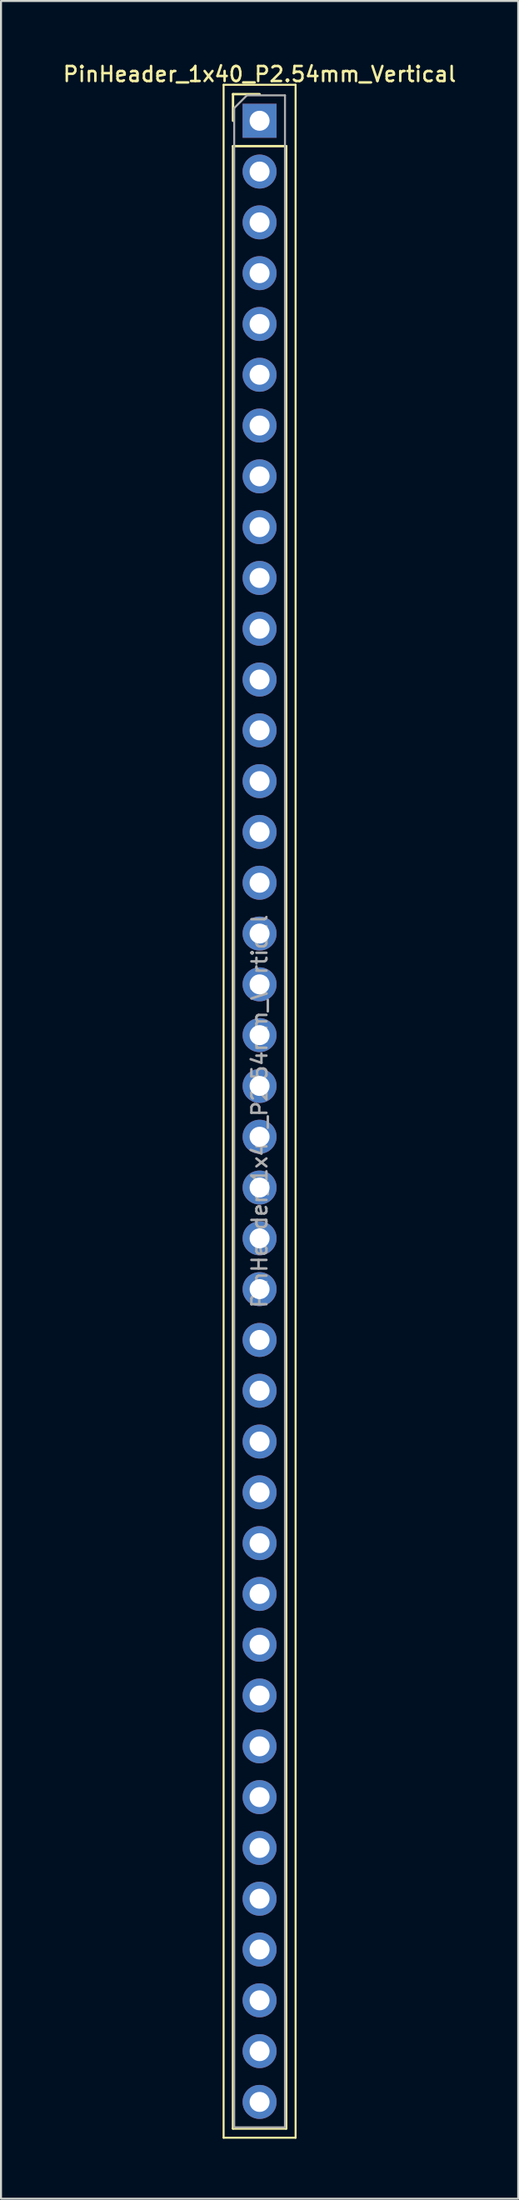
<source format=kicad_pcb>
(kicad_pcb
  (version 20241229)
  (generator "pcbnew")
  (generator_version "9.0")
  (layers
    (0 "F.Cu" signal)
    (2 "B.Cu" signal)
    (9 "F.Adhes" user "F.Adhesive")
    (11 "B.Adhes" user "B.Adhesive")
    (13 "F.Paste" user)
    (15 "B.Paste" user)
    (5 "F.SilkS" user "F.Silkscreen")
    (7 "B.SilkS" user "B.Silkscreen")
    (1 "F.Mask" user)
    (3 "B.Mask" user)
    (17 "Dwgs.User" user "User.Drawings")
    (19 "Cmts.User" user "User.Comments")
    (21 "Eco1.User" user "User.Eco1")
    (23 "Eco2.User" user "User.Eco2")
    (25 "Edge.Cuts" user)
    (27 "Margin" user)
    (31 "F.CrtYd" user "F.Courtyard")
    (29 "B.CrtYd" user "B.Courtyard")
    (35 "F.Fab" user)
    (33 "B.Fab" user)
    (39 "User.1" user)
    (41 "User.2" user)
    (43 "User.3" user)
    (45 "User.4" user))
  (footprint "PinHeader_1x40_P2.54mm_Vertical"
    (layer "F.Cu")
    (at 9.934 2.988)
    (property "Reference" "PinHeader_1x40_P2.54mm_Vertical" (at 0 -2.33 0) (layer "F.SilkS") (effects (font (size 0.75 0.75) (thickness 0.125))))
    (attr through_hole)
    (fp_line (start -1.8 -1.8) (end -1.8 100.85) (stroke (width 0.1) (type solid)) (layer "F.SilkS"))
    (fp_line (start -1.8 100.85) (end 1.8 100.85) (stroke (width 0.1) (type solid)) (layer "F.SilkS"))
    (fp_line (start -1.33 -1.33) (end 0 -1.33) (stroke (width 0.12) (type solid)) (layer "F.SilkS"))
    (fp_line (start -1.33 0) (end -1.33 -1.33) (stroke (width 0.12) (type solid)) (layer "F.SilkS"))
    (fp_line (start -1.33 1.27) (end -1.33 100.39) (stroke (width 0.12) (type solid)) (layer "F.SilkS"))
    (fp_line (start -1.33 1.27) (end 1.33 1.27) (stroke (width 0.12) (type solid)) (layer "F.SilkS"))
    (fp_line (start -1.33 100.39) (end 1.33 100.39) (stroke (width 0.12) (type solid)) (layer "F.SilkS"))
    (fp_line (start 1.33 1.27) (end 1.33 100.39) (stroke (width 0.12) (type solid)) (layer "F.SilkS"))
    (fp_line (start 1.8 -1.8) (end -1.8 -1.8) (stroke (width 0.1) (type solid)) (layer "F.SilkS"))
    (fp_line (start 1.8 100.85) (end 1.8 -1.8) (stroke (width 0.1) (type solid)) (layer "F.SilkS"))
    (fp_line (start -1.27 -0.635) (end -0.635 -1.27) (stroke (width 0.1) (type solid)) (layer "F.Fab"))
    (fp_line (start -1.27 100.33) (end -1.27 -0.635) (stroke (width 0.1) (type solid)) (layer "F.Fab"))
    (fp_line (start -0.635 -1.27) (end 1.27 -1.27) (stroke (width 0.1) (type solid)) (layer "F.Fab"))
    (fp_line (start 1.27 -1.27) (end 1.27 100.33) (stroke (width 0.1) (type solid)) (layer "F.Fab"))
    (fp_line (start 1.27 100.33) (end -1.27 100.33) (stroke (width 0.1) (type solid)) (layer "F.Fab"))
    (fp_text user "${REFERENCE}" (at 0 49.53 90) (layer "F.Fab") (effects (font (size 0.75 0.75) (thickness 0.125))))
    (pad "1" thru_hole rect (at 0 0) (size 1.7 1.7) (drill 1) (layers "*.Cu" "*.Mask"))
    (pad "2" thru_hole oval (at 0 2.54) (size 1.7 1.7) (drill 1) (layers "*.Cu" "*.Mask"))
    (pad "3" thru_hole oval (at 0 5.08) (size 1.7 1.7) (drill 1) (layers "*.Cu" "*.Mask"))
    (pad "4" thru_hole oval (at 0 7.62) (size 1.7 1.7) (drill 1) (layers "*.Cu" "*.Mask"))
    (pad "5" thru_hole oval (at 0 10.16) (size 1.7 1.7) (drill 1) (layers "*.Cu" "*.Mask"))
    (pad "6" thru_hole oval (at 0 12.7) (size 1.7 1.7) (drill 1) (layers "*.Cu" "*.Mask"))
    (pad "7" thru_hole oval (at 0 15.24) (size 1.7 1.7) (drill 1) (layers "*.Cu" "*.Mask"))
    (pad "8" thru_hole oval (at 0 17.78) (size 1.7 1.7) (drill 1) (layers "*.Cu" "*.Mask"))
    (pad "9" thru_hole oval (at 0 20.32) (size 1.7 1.7) (drill 1) (layers "*.Cu" "*.Mask"))
    (pad "10" thru_hole oval (at 0 22.86) (size 1.7 1.7) (drill 1) (layers "*.Cu" "*.Mask"))
    (pad "11" thru_hole oval (at 0 25.4) (size 1.7 1.7) (drill 1) (layers "*.Cu" "*.Mask"))
    (pad "12" thru_hole oval (at 0 27.94) (size 1.7 1.7) (drill 1) (layers "*.Cu" "*.Mask"))
    (pad "13" thru_hole oval (at 0 30.48) (size 1.7 1.7) (drill 1) (layers "*.Cu" "*.Mask"))
    (pad "14" thru_hole oval (at 0 33.02) (size 1.7 1.7) (drill 1) (layers "*.Cu" "*.Mask"))
    (pad "15" thru_hole oval (at 0 35.56) (size 1.7 1.7) (drill 1) (layers "*.Cu" "*.Mask"))
    (pad "16" thru_hole oval (at 0 38.1) (size 1.7 1.7) (drill 1) (layers "*.Cu" "*.Mask"))
    (pad "17" thru_hole oval (at 0 40.64) (size 1.7 1.7) (drill 1) (layers "*.Cu" "*.Mask"))
    (pad "18" thru_hole oval (at 0 43.18) (size 1.7 1.7) (drill 1) (layers "*.Cu" "*.Mask"))
    (pad "19" thru_hole oval (at 0 45.72) (size 1.7 1.7) (drill 1) (layers "*.Cu" "*.Mask"))
    (pad "20" thru_hole oval (at 0 48.26) (size 1.7 1.7) (drill 1) (layers "*.Cu" "*.Mask"))
    (pad "21" thru_hole oval (at 0 50.8) (size 1.7 1.7) (drill 1) (layers "*.Cu" "*.Mask"))
    (pad "22" thru_hole oval (at 0 53.34) (size 1.7 1.7) (drill 1) (layers "*.Cu" "*.Mask"))
    (pad "23" thru_hole oval (at 0 55.88) (size 1.7 1.7) (drill 1) (layers "*.Cu" "*.Mask"))
    (pad "24" thru_hole oval (at 0 58.42) (size 1.7 1.7) (drill 1) (layers "*.Cu" "*.Mask"))
    (pad "25" thru_hole oval (at 0 60.96) (size 1.7 1.7) (drill 1) (layers "*.Cu" "*.Mask"))
    (pad "26" thru_hole oval (at 0 63.5) (size 1.7 1.7) (drill 1) (layers "*.Cu" "*.Mask"))
    (pad "27" thru_hole oval (at 0 66.04) (size 1.7 1.7) (drill 1) (layers "*.Cu" "*.Mask"))
    (pad "28" thru_hole oval (at 0 68.58) (size 1.7 1.7) (drill 1) (layers "*.Cu" "*.Mask"))
    (pad "29" thru_hole oval (at 0 71.12) (size 1.7 1.7) (drill 1) (layers "*.Cu" "*.Mask"))
    (pad "30" thru_hole oval (at 0 73.66) (size 1.7 1.7) (drill 1) (layers "*.Cu" "*.Mask"))
    (pad "31" thru_hole oval (at 0 76.2) (size 1.7 1.7) (drill 1) (layers "*.Cu" "*.Mask"))
    (pad "32" thru_hole oval (at 0 78.74) (size 1.7 1.7) (drill 1) (layers "*.Cu" "*.Mask"))
    (pad "33" thru_hole oval (at 0 81.28) (size 1.7 1.7) (drill 1) (layers "*.Cu" "*.Mask"))
    (pad "34" thru_hole oval (at 0 83.82) (size 1.7 1.7) (drill 1) (layers "*.Cu" "*.Mask"))
    (pad "35" thru_hole oval (at 0 86.36) (size 1.7 1.7) (drill 1) (layers "*.Cu" "*.Mask"))
    (pad "36" thru_hole oval (at 0 88.9) (size 1.7 1.7) (drill 1) (layers "*.Cu" "*.Mask"))
    (pad "37" thru_hole oval (at 0 91.44) (size 1.7 1.7) (drill 1) (layers "*.Cu" "*.Mask"))
    (pad "38" thru_hole oval (at 0 93.98) (size 1.7 1.7) (drill 1) (layers "*.Cu" "*.Mask"))
    (pad "39" thru_hole oval (at 0 96.52) (size 1.7 1.7) (drill 1) (layers "*.Cu" "*.Mask"))
    (pad "40" thru_hole oval (at 0 99.06) (size 1.7 1.7) (drill 1) (layers "*.Cu" "*.Mask")))
  (gr_rect
    (start -3 -3)
    (end 22.868 106.888)
    (stroke (width 0.1) (type default))
    (fill no)
    (layer "Edge.Cuts")))
</source>
